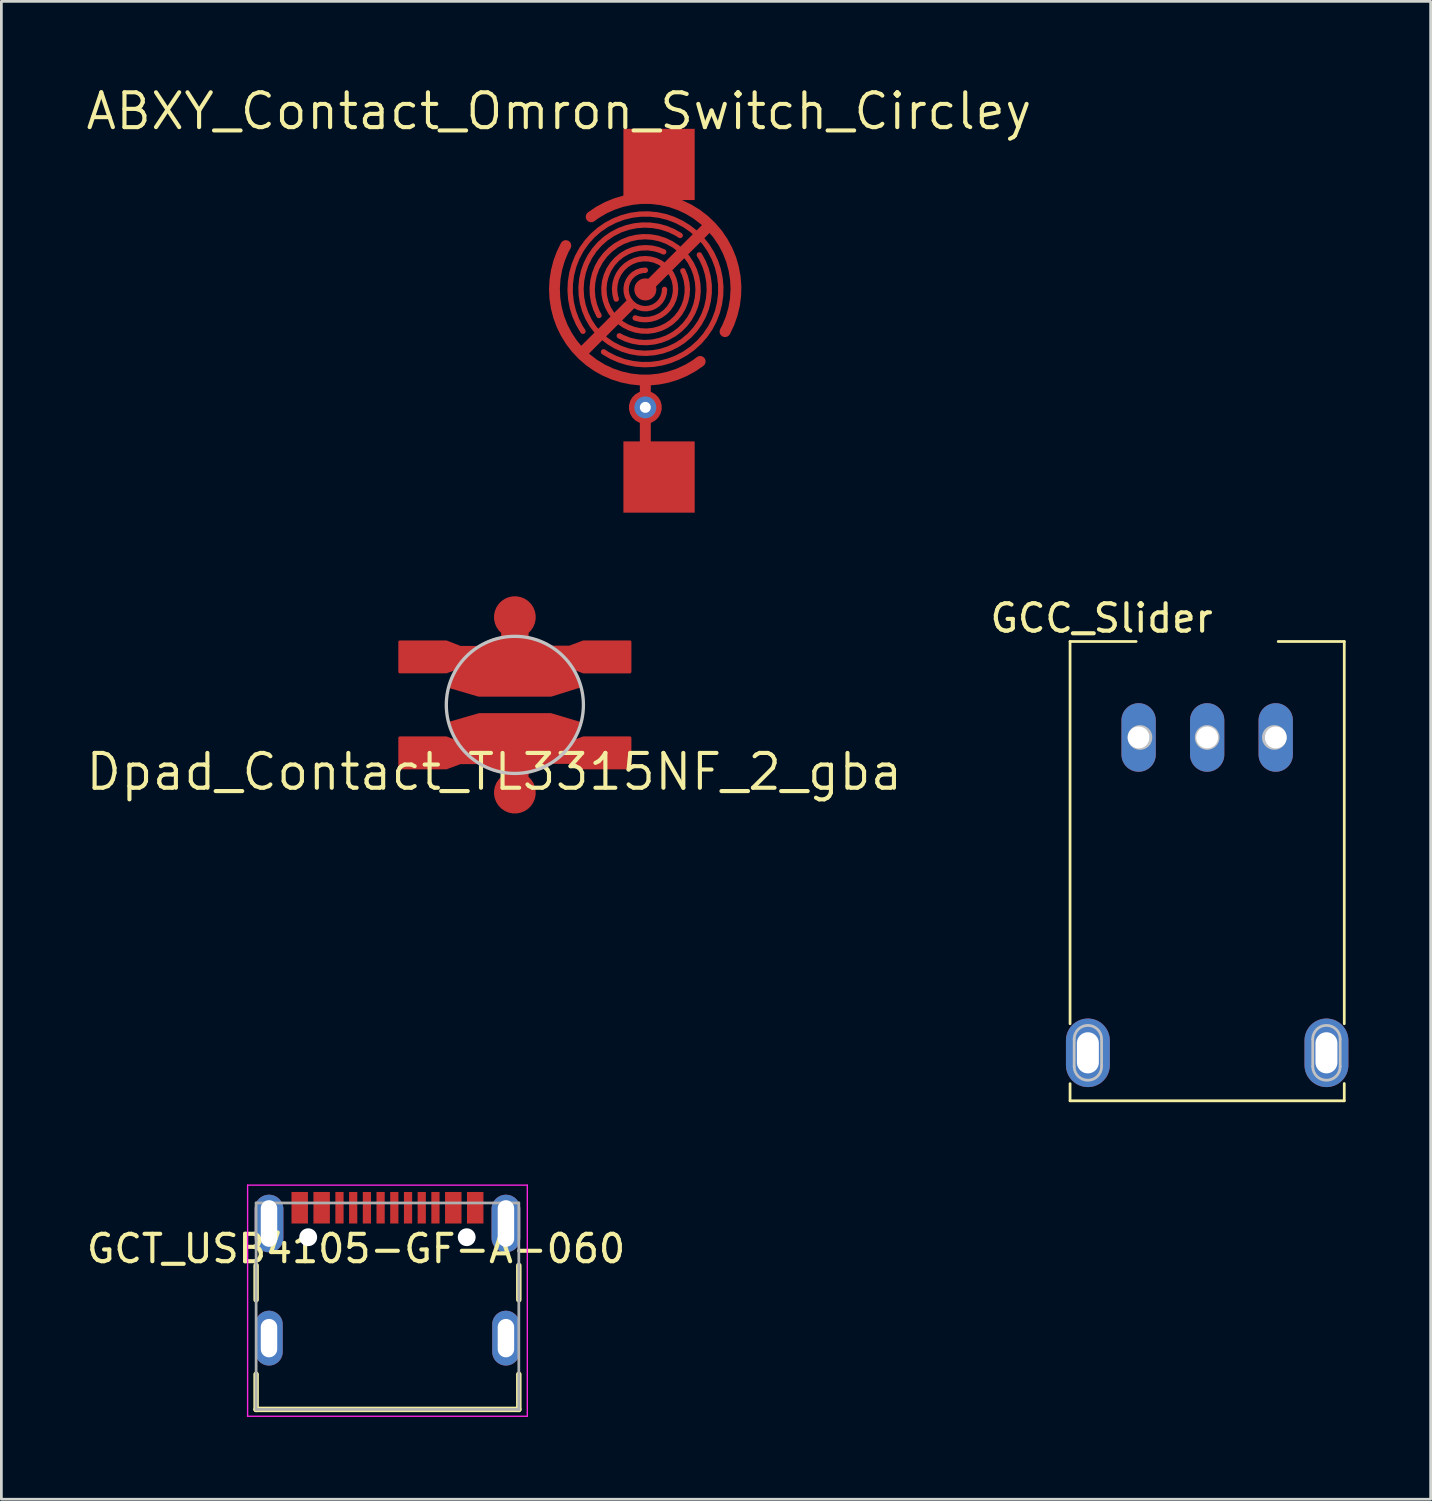
<source format=kicad_pcb>
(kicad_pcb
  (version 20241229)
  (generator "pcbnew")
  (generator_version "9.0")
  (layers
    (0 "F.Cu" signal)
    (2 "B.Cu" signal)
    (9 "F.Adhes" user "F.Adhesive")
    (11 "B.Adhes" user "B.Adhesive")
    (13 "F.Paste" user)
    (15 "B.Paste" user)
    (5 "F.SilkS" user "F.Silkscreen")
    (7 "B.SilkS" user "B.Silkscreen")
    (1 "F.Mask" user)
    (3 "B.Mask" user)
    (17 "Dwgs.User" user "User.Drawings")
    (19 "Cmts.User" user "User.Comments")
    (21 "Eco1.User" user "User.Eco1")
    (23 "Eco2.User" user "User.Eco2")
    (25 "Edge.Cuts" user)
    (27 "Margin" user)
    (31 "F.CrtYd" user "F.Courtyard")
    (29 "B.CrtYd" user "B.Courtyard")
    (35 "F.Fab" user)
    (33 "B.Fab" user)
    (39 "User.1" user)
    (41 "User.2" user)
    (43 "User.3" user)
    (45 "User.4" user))
  (footprint "GCT_USB4105-GF-A-060"
    (layer "F.Cu")
    (at 11.08 45.749)
    (property "Reference" "GCT_USB4105-GF-A-060" (at -1.145 -3.26 0) (layer "F.SilkS") (effects (font (size 1 1) (thickness 0.15))))
    (attr smd)
    (fp_line (start -4.79 -2.65) (end -4.79 -1.4) (stroke (width 0.2) (type solid)) (layer "F.SilkS"))
    (fp_line (start -4.79 1.32) (end -4.79 2.6) (stroke (width 0.2) (type solid)) (layer "F.SilkS"))
    (fp_line (start -4.79 2.6) (end 4.79 2.6) (stroke (width 0.2) (type solid)) (layer "F.SilkS"))
    (fp_line (start 4.79 -2.65) (end 4.79 -1.4) (stroke (width 0.2) (type solid)) (layer "F.SilkS"))
    (fp_line (start 4.79 2.6) (end 4.79 1.32) (stroke (width 0.2) (type solid)) (layer "F.SilkS"))
    (fp_line (start -5.1 -5.58) (end -5.1 2.85) (stroke (width 0.05) (type solid)) (layer "F.CrtYd"))
    (fp_line (start -5.1 2.85) (end 5.1 2.85) (stroke (width 0.05) (type solid)) (layer "F.CrtYd"))
    (fp_line (start 5.1 -5.58) (end -5.1 -5.58) (stroke (width 0.05) (type solid)) (layer "F.CrtYd"))
    (fp_line (start 5.1 2.85) (end 5.1 -5.58) (stroke (width 0.05) (type solid)) (layer "F.CrtYd"))
    (fp_line (start -4.79 -4.93) (end 4.79 -4.93) (stroke (width 0.1) (type solid)) (layer "F.Fab"))
    (fp_line (start -4.79 2.6) (end -4.79 -4.93) (stroke (width 0.1) (type solid)) (layer "F.Fab"))
    (fp_line (start 4.79 -4.93) (end 4.79 2.6) (stroke (width 0.1) (type solid)) (layer "F.Fab"))
    (fp_line (start 4.79 2.6) (end -4.79 2.6) (stroke (width 0.1) (type solid)) (layer "F.Fab"))
    (pad "" np_thru_hole circle (at -2.89 -3.68) (size 0.65 0.65) (drill 0.65) (layers "*.Cu" "*.Mask"))
    (pad "" np_thru_hole circle (at 2.89 -3.68) (size 0.65 0.65) (drill 0.65) (layers "*.Cu" "*.Mask"))
    (pad "A1_B12" smd rect (at -3.2 -4.755) (size 0.6 1.15) (layers "F.Cu" "F.Mask" "F.Paste"))
    (pad "A4_B9" smd rect (at -2.4 -4.755) (size 0.6 1.15) (layers "F.Cu" "F.Mask" "F.Paste"))
    (pad "A5" smd rect (at -1.25 -4.755) (size 0.3 1.15) (layers "F.Cu" "F.Mask" "F.Paste"))
    (pad "A6" smd rect (at -0.25 -4.755) (size 0.3 1.15) (layers "F.Cu" "F.Mask" "F.Paste"))
    (pad "A7" smd rect (at 0.25 -4.755) (size 0.3 1.15) (layers "F.Cu" "F.Mask" "F.Paste"))
    (pad "A8" smd rect (at 1.25 -4.755) (size 0.3 1.15) (layers "F.Cu" "F.Mask" "F.Paste"))
    (pad "B1_A12" smd rect (at 3.2 -4.755) (size 0.6 1.15) (layers "F.Cu" "F.Mask" "F.Paste"))
    (pad "B4_A9" smd rect (at 2.4 -4.755) (size 0.6 1.15) (layers "F.Cu" "F.Mask" "F.Paste"))
    (pad "B5" smd rect (at 1.75 -4.755) (size 0.3 1.15) (layers "F.Cu" "F.Mask" "F.Paste"))
    (pad "B6" smd rect (at 0.75 -4.755) (size 0.3 1.15) (layers "F.Cu" "F.Mask" "F.Paste"))
    (pad "B7" smd rect (at -0.75 -4.755) (size 0.3 1.15) (layers "F.Cu" "F.Mask" "F.Paste"))
    (pad "B8" smd rect (at -1.75 -4.755) (size 0.3 1.15) (layers "F.Cu" "F.Mask" "F.Paste"))
    (pad "S1" thru_hole oval (at -4.32 -4.18) (size 1.05 2.1) (drill oval 0.6 1.7) (layers "*.Cu" "F.Mask"))
    (pad "S2" thru_hole oval (at -4.32 0) (size 1 2) (drill oval 0.6 1.4) (layers "*.Cu" "*.Mask"))
    (pad "S3" thru_hole oval (at 4.32 0) (size 1 2) (drill oval 0.6 1.4) (layers "*.Cu" "*.Mask"))
    (pad "S4" thru_hole oval (at 4.32 -4.18) (size 1.05 2.1) (drill oval 0.6 1.7) (layers "*.Cu" "F.Mask")))
  (footprint "GCC_Slider"
    (layer "F.Cu")
    (at 40.973 23.844)
    (property "Reference" "GCC_Slider" (at -3.85 -4.35 0) (layer "F.SilkS") (effects (font (size 1 1) (thickness 0.15))))
    (attr through_hole)
    (fp_line (start -5 -3.5) (end -5 10.44) (stroke (width 0.1) (type solid)) (layer "F.SilkS"))
    (fp_line (start -5 -3.5) (end -2.59 -3.5) (stroke (width 0.1) (type solid)) (layer "F.SilkS"))
    (fp_line (start -5 13.25) (end -5 12.625) (stroke (width 0.1) (type solid)) (layer "F.SilkS"))
    (fp_line (start -5 13.25) (end 5 13.25) (stroke (width 0.1) (type solid)) (layer "F.SilkS"))
    (fp_line (start 2.59 -3.5) (end 5 -3.5) (stroke (width 0.1) (type solid)) (layer "F.SilkS"))
    (fp_line (start 5 -3.5) (end 5 10.44) (stroke (width 0.1) (type solid)) (layer "F.SilkS"))
    (fp_line (start 5 13.25) (end 5 12.62) (stroke (width 0.1) (type solid)) (layer "F.SilkS"))
    (fp_line (start -4.85 12) (end -4.85 11) (stroke (width 0.1) (type solid)) (layer "Dwgs.User"))
    (fp_line (start -4.35 12) (end -4.35 11) (stroke (width 0.1) (type solid)) (layer "Dwgs.User"))
    (fp_line (start -3.85 12) (end -3.85 11) (stroke (width 0.1) (type solid)) (layer "Dwgs.User"))
    (fp_line (start 3.85 12) (end 3.85 11) (stroke (width 0.1) (type solid)) (layer "Dwgs.User"))
    (fp_line (start 4.35 12) (end 4.35 11) (stroke (width 0.1) (type solid)) (layer "Dwgs.User"))
    (fp_line (start 4.85 12) (end 4.85 11) (stroke (width 0.1) (type solid)) (layer "Dwgs.User"))
    (fp_arc (start -4.85 11) (mid -4.35 10.5) (end -3.85 11) (stroke (width 0.1) (type solid)) (layer "Dwgs.User"))
    (fp_arc (start -3.85 12) (mid -4.35 12.5) (end -4.85 12) (stroke (width 0.1) (type solid)) (layer "Dwgs.User"))
    (fp_arc (start 3.85 11) (mid 4.35 10.5) (end 4.85 11) (stroke (width 0.1) (type solid)) (layer "Dwgs.User"))
    (fp_arc (start 4.85 12) (mid 4.35 12.5) (end 3.85 12) (stroke (width 0.1) (type solid)) (layer "Dwgs.User"))
    (fp_circle (center -2.45 0) (end -2.05 0) (stroke (width 0.1) (type solid)) (fill no) (layer "Dwgs.User"))
    (fp_circle (center 0 0) (end 0.4 0) (stroke (width 0.1) (type solid)) (fill no) (layer "Dwgs.User"))
    (fp_circle (center 2.45 0) (end 2.85 0) (stroke (width 0.1) (type solid)) (fill no) (layer "Dwgs.User"))
    (pad "" thru_hole oval (at -4.35 11.5 180) (size 1.6 2.5) (drill oval 0.8 1.5) (layers "*.Cu" "*.Mask"))
    (pad "" thru_hole oval (at 4.35 11.5 180) (size 1.6 2.5) (drill oval 0.8 1.5) (layers "*.Cu" "*.Mask"))
    (pad "1" thru_hole oval (at -2.5 0 180) (size 1.25 2.5) (drill 0.8) (layers "*.Cu" "*.Mask"))
    (pad "2" thru_hole oval (at 0 0 180) (size 1.25 2.5) (drill 0.8) (layers "*.Cu" "*.Mask"))
    (pad "3" thru_hole oval (at 2.5 0 180) (size 1.25 2.5) (drill 0.8) (layers "*.Cu" "*.Mask")))
  (footprint "ABXY_Contact_Omron_Switch_Circley"
    (layer "F.Cu")
    (at 20.484 7.506)
    (property "Reference" "ABXY_Contact_Omron_Switch_Circley" (at -3.15 -6.5 0) (layer "F.SilkS") (effects (font (size 1.27 1.27) (thickness 0.15))))
    (attr through_hole)
    (fp_rect (start -0.8 -5.86) (end 1.8 -3.26) (stroke (width 0) (type solid)) (fill yes) (layer "F.Mask"))
    (fp_rect (start -0.8 5.54) (end 1.8 8.14) (stroke (width 0) (type solid)) (fill yes) (layer "F.Mask"))
    (fp_circle (center 0 0) (end 3.5 0) (stroke (width 0.12) (type solid)) (fill yes) (layer "F.Mask"))
    (pad "1" smd custom (at 0 -4.2) (size 1.524 1.524) (layers "F.Cu" "F.Mask") (options (anchor circle)) (primitives (gr_rect (start -0.8 -1.66) (end 1.8 0.94) (width 0) (fill yes)) (gr_arc (start -1.975 1.55) (mid 2.155413 1.674563) (end 2.906521 5.738018) (width 0.4)) (gr_line (start 0 4.199) (end 2.31 1.89) (width 0.4)) (gr_arc (start -2.275 5.725) (mid 1.947239 2.251586) (end -1.52362 6.475926) (width 0.2)) (gr_arc (start -1.06 4.55) (mid 0.775893 3.404107) (end -0.37 5.24) (width 0.2)) (gr_circle (center 0 4.199) (end 0.403 4.199) (width 0) (fill yes)) (gr_arc (start -1.69 5.15) (mid 1.357692 2.842308) (end -0.95 5.89) (width 0.2))))
    (pad "2" thru_hole circle (at 0 4.3) (size 0.8 0.8) (drill 0.4) (layers "*.Cu" "*.Mask"))
    (pad "2" smd custom (at 0 4.3) (size 1.2 1.2) (layers "F.Cu" "F.Mask") (options (anchor circle)) (primitives (gr_line (start 0 -0.8) (end 0 2) (width 0.4)) (gr_rect (start -0.8 1.24) (end 1.8 3.84) (width 0) (fill yes)) (gr_arc (start 2 -1.675) (mid -2.165167 -1.797737) (end -2.900363 -5.899343) (width 0.4)) (gr_line (start -0.57 -3.73) (end -2.3 -2) (width 0.4)) (gr_arc (start 1.37 -4.98) (mid -1.056718 -3.218185) (end 0.67 -5.67) (width 0.2)) (gr_arc (start 0.7 -4.3) (mid -0.494975 -3.805025) (end 0 -5) (width 0.2)) (gr_arc (start 1.97 -5.56) (mid -1.670757 -2.670591) (end 1.27 -6.27) (width 0.2))))
    (zone (net_name "") (layer "F.Cu") (hatch edge 0.508) (connect_pads) (min_thickness 0.254) (filled_areas_thickness no) (keepout (tracks allowed) (vias allowed) (pads allowed) (copperpour not_allowed) (footprints allowed)) (placement (enabled no)) (fill) (polygon (pts (xy 24.448 7.506) (xy 24.429 7.119) (xy 24.373 6.736) (xy 24.279 6.36) (xy 24.149 5.995) (xy 23.984 5.645) (xy 23.786 5.312) (xy 23.556 5) (xy 23.297 4.713) (xy 23.011 4.451) (xy 22.701 4.219) (xy 22.369 4.019) (xy 22.02 3.851) (xy 21.656 3.719) (xy 21.281 3.623) (xy 20.898 3.563) (xy 20.511 3.542) (xy 20.124 3.558) (xy 19.741 3.612) (xy 19.364 3.703) (xy 18.999 3.83) (xy 18.647 3.993) (xy 18.313 4.189) (xy 17.999 4.416) (xy 17.71 4.674) (xy 17.447 4.958) (xy 17.212 5.266) (xy 17.01 5.596) (xy 16.84 5.944) (xy 16.705 6.307) (xy 16.606 6.682) (xy 16.544 7.064) (xy 16.52 7.451) (xy 16.533 7.838) (xy 16.584 8.222) (xy 16.673 8.599) (xy 16.798 8.966) (xy 16.958 9.318) (xy 17.151 9.654) (xy 17.377 9.969) (xy 17.632 10.26) (xy 17.914 10.525) (xy 18.221 10.762) (xy 18.55 10.967) (xy 18.896 11.139) (xy 19.259 11.277) (xy 19.632 11.378) (xy 20.014 11.443) (xy 20.401 11.47) (xy 20.788 11.459) (xy 21.172 11.411) (xy 21.55 11.325) (xy 21.917 11.202) (xy 22.271 11.045) (xy 22.608 10.854) (xy 22.925 10.63) (xy 23.218 10.377) (xy 23.485 10.097) (xy 23.723 9.792) (xy 23.931 9.464) (xy 24.106 9.119) (xy 24.246 8.758) (xy 24.35 8.385) (xy 24.417 8.003) (xy 24.447 7.617)))))
  (footprint "Dpad_Contact_TL3315NF_2_gba"
    (layer "F.Cu")
    (at 15.726 22.656)
    (property "Reference" "Dpad_Contact_TL3315NF_2_gba" (at -0.751 2.442 0) (layer "F.SilkS") (effects (font (size 1.27 1.27) (thickness 0.15))))
    (attr through_hole)
    (fp_circle (center 0 -3.2) (end 0.75 -3.18) (stroke (width 0.12) (type solid)) (fill yes) (layer "F.Mask"))
    (fp_circle (center 0 0) (end 2.53 -0.05) (stroke (width 0.12) (type solid)) (fill yes) (layer "F.Mask"))
    (fp_circle (center 0 3.2) (end 0.75 3.12) (stroke (width 0.12) (type solid)) (fill yes) (layer "F.Mask"))
    (fp_circle (center 0 0) (end 0 -2.5) (stroke (width 0.12) (type solid)) (fill no) (layer "Dwgs.User"))
    (pad "1" smd custom (at 0 3.2) (size 1.524 1.524) (layers "F.Cu" "F.Mask" "F.Paste") (options (anchor circle)) (primitives (gr_poly (pts (xy 1.3 -2.8) (xy 2.33 -2.49) (xy 2.285 -2.347) (xy 2.159 -2.061) (xy 1.997 -1.794) (xy 1.803 -1.55) (xy 1.579 -1.333) (xy 1.329 -1.146) (xy 1.057 -0.993) (xy 0.767 -0.875) (xy 0.466 -0.796) (xy 0.156 -0.756) (xy -0.156 -0.756) (xy -0.466 -0.796) (xy -0.767 -0.875) (xy -1.057 -0.993) (xy -1.329 -1.146) (xy -1.579 -1.333) (xy -1.803 -1.55) (xy -1.997 -1.794) (xy -2.159 -2.061) (xy -2.285 -2.347) (xy -2.33 -2.5) (xy -1.29 -2.8)) (width 0.2) (fill yes)) (gr_poly (pts (xy -4.2 -2) (xy -2.5 -2) (xy -1.99 -1.8) (xy -1.24 -1.8) (xy -1.24 -1.09) (xy -1.99 -1.09) (xy -2.5 -0.9) (xy -4.2 -0.9)) (width 0.1) (fill yes)) (gr_poly (pts (xy 4.2 -0.9) (xy 2.5 -0.9) (xy 1.99 -1.1) (xy 1.24 -1.1) (xy 1.24 -1.81) (xy 1.99 -1.81) (xy 2.5 -2) (xy 4.2 -2)) (width 0.1) (fill yes)) (gr_line (start 0 0) (end 0 -1.5) (width 1))))
    (pad "2" smd custom (at 0 -3.2) (size 1.524 1.524) (layers "F.Cu" "F.Mask" "F.Paste") (options (anchor circle)) (primitives (gr_line (start 0 0) (end 0 1.5) (width 1)) (gr_poly (pts (xy 1.31 2.8) (xy 2.33 2.48) (xy 2.285 2.347) (xy 2.159 2.061) (xy 1.997 1.794) (xy 1.803 1.55) (xy 1.579 1.333) (xy 1.329 1.146) (xy 1.057 0.993) (xy 0.767 0.875) (xy 0.466 0.796) (xy 0.156 0.756) (xy -0.156 0.756) (xy -0.466 0.796) (xy -0.767 0.875) (xy -1.057 0.993) (xy -1.329 1.146) (xy -1.579 1.333) (xy -1.803 1.55) (xy -1.997 1.794) (xy -2.159 2.061) (xy -2.285 2.347) (xy -2.33 2.5) (xy -1.31 2.8)) (width 0.2) (fill yes)) (gr_poly (pts (xy 4.2 2.001) (xy 2.499 2.001) (xy 1.989 1.801) (xy 1.239 1.801) (xy 1.239 1.091) (xy 1.989 1.091) (xy 2.499 0.901) (xy 4.2 0.901)) (width 0.1) (fill yes)) (gr_poly (pts (xy -4.2 0.9) (xy -2.5 0.9) (xy -1.99 1.1) (xy -1.24 1.1) (xy -1.24 1.81) (xy -1.99 1.81) (xy -2.5 2) (xy -4.2 2)) (width 0.1) (fill yes))))
    (zone (net_name "") (layer "F.Cu") (hatch edge 0.508) (connect_pads) (min_thickness 0.254) (filled_areas_thickness no) (keepout (tracks allowed) (vias allowed) (pads allowed) (copperpour not_allowed) (footprints allowed)) (placement (enabled no)) (fill) (polygon (pts (xy 18.726 23.956) (xy 12.726 23.956) (xy 12.726 21.356) (xy 18.726 21.356)))))
  (gr_rect
    (start -3 -3)
    (end 49.123 51.624)
    (stroke (width 0.1) (type default))
    (fill no)
    (layer "Edge.Cuts")))
</source>
